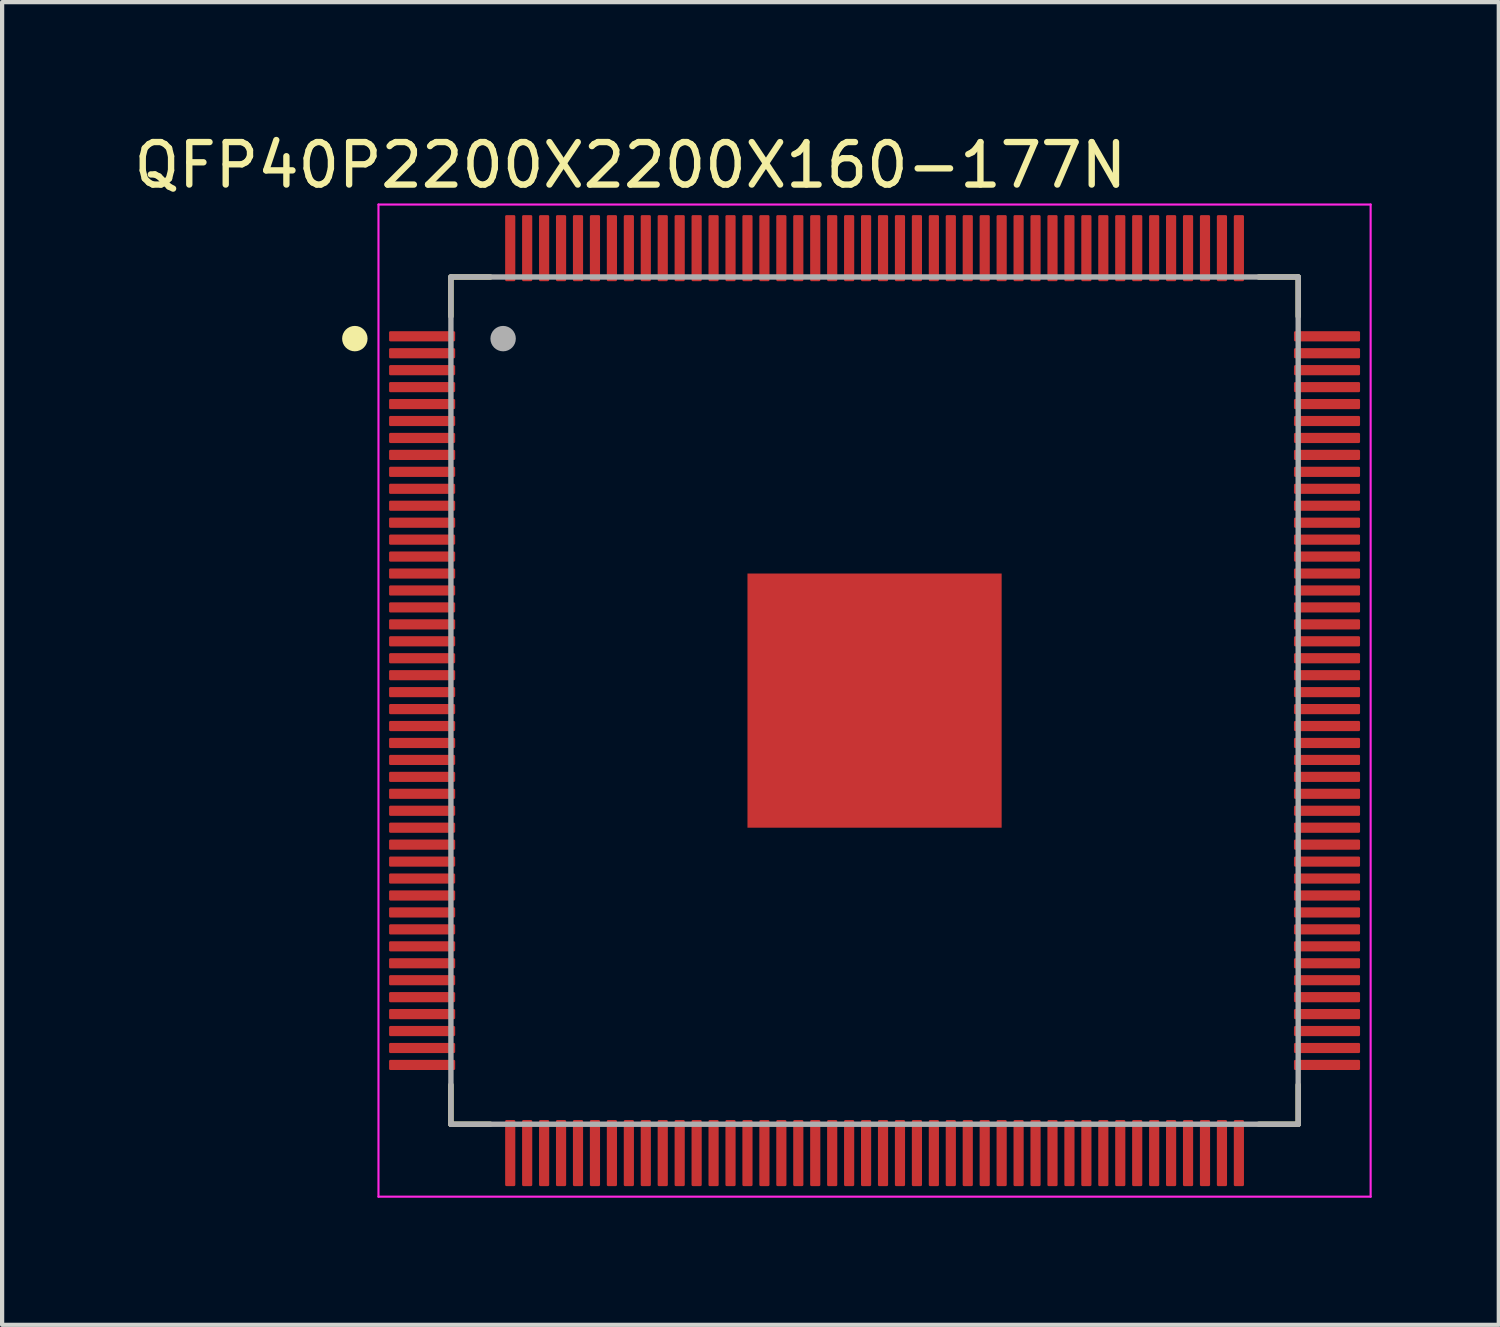
<source format=kicad_pcb>
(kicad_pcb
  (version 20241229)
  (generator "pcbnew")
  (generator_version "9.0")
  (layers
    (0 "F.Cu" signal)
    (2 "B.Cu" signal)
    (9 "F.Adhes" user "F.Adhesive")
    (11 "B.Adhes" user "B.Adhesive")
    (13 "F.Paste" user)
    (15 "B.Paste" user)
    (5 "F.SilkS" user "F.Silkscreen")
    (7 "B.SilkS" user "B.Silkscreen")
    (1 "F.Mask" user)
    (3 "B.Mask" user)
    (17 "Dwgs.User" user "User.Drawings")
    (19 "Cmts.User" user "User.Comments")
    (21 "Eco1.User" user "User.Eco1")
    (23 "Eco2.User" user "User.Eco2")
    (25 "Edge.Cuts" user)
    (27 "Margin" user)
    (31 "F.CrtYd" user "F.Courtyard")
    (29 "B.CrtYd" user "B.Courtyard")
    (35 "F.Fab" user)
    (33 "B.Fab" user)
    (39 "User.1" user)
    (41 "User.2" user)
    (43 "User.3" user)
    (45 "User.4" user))
  (footprint "QFP40P2200X2200X160-177N"
    (layer "F.Cu")
    (at 17.594 13.488)
    (property "Reference" "QFP40P2200X2200X160-177N" (at -5.764 -12.638 0) (layer "F.SilkS") (effects (font (size 1.003 1.003) (thickness 0.15))))
    (attr smd)
    (fp_line (start -10 -10) (end -10 -9.07) (stroke (width 0.127) (type solid)) (layer "F.SilkS"))
    (fp_line (start -10 -10) (end -9.07 -10) (stroke (width 0.127) (type solid)) (layer "F.SilkS"))
    (fp_line (start -10 10) (end -10 9.07) (stroke (width 0.127) (type solid)) (layer "F.SilkS"))
    (fp_line (start -10 10) (end -9.07 10) (stroke (width 0.127) (type solid)) (layer "F.SilkS"))
    (fp_line (start 10 -10) (end 9.07 -10) (stroke (width 0.127) (type solid)) (layer "F.SilkS"))
    (fp_line (start 10 -10) (end 10 -9.07) (stroke (width 0.127) (type solid)) (layer "F.SilkS"))
    (fp_line (start 10 10) (end 9.07 10) (stroke (width 0.127) (type solid)) (layer "F.SilkS"))
    (fp_line (start 10 10) (end 10 9.07) (stroke (width 0.127) (type solid)) (layer "F.SilkS"))
    (fp_circle (center -12.268 -8.545) (end -12.118 -8.545) (stroke (width 0.3) (type solid)) (fill no) (layer "F.SilkS"))
    (fp_poly (pts (xy -2.618 0.39) (xy -0.39 0.39) (xy -0.39 2.618) (xy -2.618 2.618)) (stroke (width 0.01) (type solid)) (fill yes) (layer "F.Paste"))
    (fp_poly (pts (xy -2.613 -2.61) (xy -0.39 -2.61) (xy -0.39 -0.39) (xy -2.613 -0.39)) (stroke (width 0.01) (type solid)) (fill yes) (layer "F.Paste"))
    (fp_poly (pts (xy 0.391 -2.61) (xy 2.61 -2.61) (xy 2.61 -0.391) (xy 0.391 -0.391)) (stroke (width 0.01) (type solid)) (fill yes) (layer "F.Paste"))
    (fp_poly (pts (xy 0.392 0.39) (xy 2.61 0.39) (xy 2.61 2.623) (xy 0.392 2.623)) (stroke (width 0.01) (type solid)) (fill yes) (layer "F.Paste"))
    (fp_line (start -11.71 -11.71) (end 11.71 -11.71) (stroke (width 0.05) (type solid)) (layer "F.CrtYd"))
    (fp_line (start -11.71 11.71) (end -11.71 -11.71) (stroke (width 0.05) (type solid)) (layer "F.CrtYd"))
    (fp_line (start -11.71 11.71) (end 11.71 11.71) (stroke (width 0.05) (type solid)) (layer "F.CrtYd"))
    (fp_line (start 11.71 11.71) (end 11.71 -11.71) (stroke (width 0.05) (type solid)) (layer "F.CrtYd"))
    (fp_line (start -10 10) (end -10 -10) (stroke (width 0.127) (type solid)) (layer "F.Fab"))
    (fp_line (start 10 -10) (end -10 -10) (stroke (width 0.127) (type solid)) (layer "F.Fab"))
    (fp_line (start 10 10) (end -10 10) (stroke (width 0.127) (type solid)) (layer "F.Fab"))
    (fp_line (start 10 10) (end 10 -10) (stroke (width 0.127) (type solid)) (layer "F.Fab"))
    (fp_circle (center -8.768 -8.545) (end -8.618 -8.545) (stroke (width 0.3) (type solid)) (fill no) (layer "F.Fab"))
    (pad "1" smd roundrect (at -10.68 -8.6) (size 1.56 0.24) (layers "F.Cu" "F.Mask" "F.Paste") (roundrect_rratio 0.125))
    (pad "2" smd roundrect (at -10.68 -8.2) (size 1.56 0.24) (layers "F.Cu" "F.Mask" "F.Paste") (roundrect_rratio 0.125))
    (pad "3" smd roundrect (at -10.68 -7.8) (size 1.56 0.24) (layers "F.Cu" "F.Mask" "F.Paste") (roundrect_rratio 0.125))
    (pad "4" smd roundrect (at -10.68 -7.4) (size 1.56 0.24) (layers "F.Cu" "F.Mask" "F.Paste") (roundrect_rratio 0.125))
    (pad "5" smd roundrect (at -10.68 -7) (size 1.56 0.24) (layers "F.Cu" "F.Mask" "F.Paste") (roundrect_rratio 0.125))
    (pad "6" smd roundrect (at -10.68 -6.6) (size 1.56 0.24) (layers "F.Cu" "F.Mask" "F.Paste") (roundrect_rratio 0.125))
    (pad "7" smd roundrect (at -10.68 -6.2) (size 1.56 0.24) (layers "F.Cu" "F.Mask" "F.Paste") (roundrect_rratio 0.125))
    (pad "8" smd roundrect (at -10.68 -5.8) (size 1.56 0.24) (layers "F.Cu" "F.Mask" "F.Paste") (roundrect_rratio 0.125))
    (pad "9" smd roundrect (at -10.68 -5.4) (size 1.56 0.24) (layers "F.Cu" "F.Mask" "F.Paste") (roundrect_rratio 0.125))
    (pad "10" smd roundrect (at -10.68 -5) (size 1.56 0.24) (layers "F.Cu" "F.Mask" "F.Paste") (roundrect_rratio 0.125))
    (pad "11" smd roundrect (at -10.68 -4.6) (size 1.56 0.24) (layers "F.Cu" "F.Mask" "F.Paste") (roundrect_rratio 0.125))
    (pad "12" smd roundrect (at -10.68 -4.2) (size 1.56 0.24) (layers "F.Cu" "F.Mask" "F.Paste") (roundrect_rratio 0.125))
    (pad "13" smd roundrect (at -10.68 -3.8) (size 1.56 0.24) (layers "F.Cu" "F.Mask" "F.Paste") (roundrect_rratio 0.125))
    (pad "14" smd roundrect (at -10.68 -3.4) (size 1.56 0.24) (layers "F.Cu" "F.Mask" "F.Paste") (roundrect_rratio 0.125))
    (pad "15" smd roundrect (at -10.68 -3) (size 1.56 0.24) (layers "F.Cu" "F.Mask" "F.Paste") (roundrect_rratio 0.125))
    (pad "16" smd roundrect (at -10.68 -2.6) (size 1.56 0.24) (layers "F.Cu" "F.Mask" "F.Paste") (roundrect_rratio 0.125))
    (pad "17" smd roundrect (at -10.68 -2.2) (size 1.56 0.24) (layers "F.Cu" "F.Mask" "F.Paste") (roundrect_rratio 0.125))
    (pad "18" smd roundrect (at -10.68 -1.8) (size 1.56 0.24) (layers "F.Cu" "F.Mask" "F.Paste") (roundrect_rratio 0.125))
    (pad "19" smd roundrect (at -10.68 -1.4) (size 1.56 0.24) (layers "F.Cu" "F.Mask" "F.Paste") (roundrect_rratio 0.125))
    (pad "20" smd roundrect (at -10.68 -1) (size 1.56 0.24) (layers "F.Cu" "F.Mask" "F.Paste") (roundrect_rratio 0.125))
    (pad "21" smd roundrect (at -10.68 -0.6) (size 1.56 0.24) (layers "F.Cu" "F.Mask" "F.Paste") (roundrect_rratio 0.125))
    (pad "22" smd roundrect (at -10.68 -0.2) (size 1.56 0.24) (layers "F.Cu" "F.Mask" "F.Paste") (roundrect_rratio 0.125))
    (pad "23" smd roundrect (at -10.68 0.2) (size 1.56 0.24) (layers "F.Cu" "F.Mask" "F.Paste") (roundrect_rratio 0.125))
    (pad "24" smd roundrect (at -10.68 0.6) (size 1.56 0.24) (layers "F.Cu" "F.Mask" "F.Paste") (roundrect_rratio 0.125))
    (pad "25" smd roundrect (at -10.68 1) (size 1.56 0.24) (layers "F.Cu" "F.Mask" "F.Paste") (roundrect_rratio 0.125))
    (pad "26" smd roundrect (at -10.68 1.4) (size 1.56 0.24) (layers "F.Cu" "F.Mask" "F.Paste") (roundrect_rratio 0.125))
    (pad "27" smd roundrect (at -10.68 1.8) (size 1.56 0.24) (layers "F.Cu" "F.Mask" "F.Paste") (roundrect_rratio 0.125))
    (pad "28" smd roundrect (at -10.68 2.2) (size 1.56 0.24) (layers "F.Cu" "F.Mask" "F.Paste") (roundrect_rratio 0.125))
    (pad "29" smd roundrect (at -10.68 2.6) (size 1.56 0.24) (layers "F.Cu" "F.Mask" "F.Paste") (roundrect_rratio 0.125))
    (pad "30" smd roundrect (at -10.68 3) (size 1.56 0.24) (layers "F.Cu" "F.Mask" "F.Paste") (roundrect_rratio 0.125))
    (pad "31" smd roundrect (at -10.68 3.4) (size 1.56 0.24) (layers "F.Cu" "F.Mask" "F.Paste") (roundrect_rratio 0.125))
    (pad "32" smd roundrect (at -10.68 3.8) (size 1.56 0.24) (layers "F.Cu" "F.Mask" "F.Paste") (roundrect_rratio 0.125))
    (pad "33" smd roundrect (at -10.68 4.2) (size 1.56 0.24) (layers "F.Cu" "F.Mask" "F.Paste") (roundrect_rratio 0.125))
    (pad "34" smd roundrect (at -10.68 4.6) (size 1.56 0.24) (layers "F.Cu" "F.Mask" "F.Paste") (roundrect_rratio 0.125))
    (pad "35" smd roundrect (at -10.68 5) (size 1.56 0.24) (layers "F.Cu" "F.Mask" "F.Paste") (roundrect_rratio 0.125))
    (pad "36" smd roundrect (at -10.68 5.4) (size 1.56 0.24) (layers "F.Cu" "F.Mask" "F.Paste") (roundrect_rratio 0.125))
    (pad "37" smd roundrect (at -10.68 5.8) (size 1.56 0.24) (layers "F.Cu" "F.Mask" "F.Paste") (roundrect_rratio 0.125))
    (pad "38" smd roundrect (at -10.68 6.2) (size 1.56 0.24) (layers "F.Cu" "F.Mask" "F.Paste") (roundrect_rratio 0.125))
    (pad "39" smd roundrect (at -10.68 6.6) (size 1.56 0.24) (layers "F.Cu" "F.Mask" "F.Paste") (roundrect_rratio 0.125))
    (pad "40" smd roundrect (at -10.68 7) (size 1.56 0.24) (layers "F.Cu" "F.Mask" "F.Paste") (roundrect_rratio 0.125))
    (pad "41" smd roundrect (at -10.68 7.4) (size 1.56 0.24) (layers "F.Cu" "F.Mask" "F.Paste") (roundrect_rratio 0.125))
    (pad "42" smd roundrect (at -10.68 7.8) (size 1.56 0.24) (layers "F.Cu" "F.Mask" "F.Paste") (roundrect_rratio 0.125))
    (pad "43" smd roundrect (at -10.68 8.2) (size 1.56 0.24) (layers "F.Cu" "F.Mask" "F.Paste") (roundrect_rratio 0.125))
    (pad "44" smd roundrect (at -10.68 8.6) (size 1.56 0.24) (layers "F.Cu" "F.Mask" "F.Paste") (roundrect_rratio 0.125))
    (pad "45" smd roundrect (at -8.6 10.68 90) (size 1.56 0.24) (layers "F.Cu" "F.Mask" "F.Paste") (roundrect_rratio 0.125))
    (pad "46" smd roundrect (at -8.2 10.68 90) (size 1.56 0.24) (layers "F.Cu" "F.Mask" "F.Paste") (roundrect_rratio 0.125))
    (pad "47" smd roundrect (at -7.8 10.68 90) (size 1.56 0.24) (layers "F.Cu" "F.Mask" "F.Paste") (roundrect_rratio 0.125))
    (pad "48" smd roundrect (at -7.4 10.68 90) (size 1.56 0.24) (layers "F.Cu" "F.Mask" "F.Paste") (roundrect_rratio 0.125))
    (pad "49" smd roundrect (at -7 10.68 90) (size 1.56 0.24) (layers "F.Cu" "F.Mask" "F.Paste") (roundrect_rratio 0.125))
    (pad "50" smd roundrect (at -6.6 10.68 90) (size 1.56 0.24) (layers "F.Cu" "F.Mask" "F.Paste") (roundrect_rratio 0.125))
    (pad "51" smd roundrect (at -6.2 10.68 90) (size 1.56 0.24) (layers "F.Cu" "F.Mask" "F.Paste") (roundrect_rratio 0.125))
    (pad "52" smd roundrect (at -5.8 10.68 90) (size 1.56 0.24) (layers "F.Cu" "F.Mask" "F.Paste") (roundrect_rratio 0.125))
    (pad "53" smd roundrect (at -5.4 10.68 90) (size 1.56 0.24) (layers "F.Cu" "F.Mask" "F.Paste") (roundrect_rratio 0.125))
    (pad "54" smd roundrect (at -5 10.68 90) (size 1.56 0.24) (layers "F.Cu" "F.Mask" "F.Paste") (roundrect_rratio 0.125))
    (pad "55" smd roundrect (at -4.6 10.68 90) (size 1.56 0.24) (layers "F.Cu" "F.Mask" "F.Paste") (roundrect_rratio 0.125))
    (pad "56" smd roundrect (at -4.2 10.68 90) (size 1.56 0.24) (layers "F.Cu" "F.Mask" "F.Paste") (roundrect_rratio 0.125))
    (pad "57" smd roundrect (at -3.8 10.68 90) (size 1.56 0.24) (layers "F.Cu" "F.Mask" "F.Paste") (roundrect_rratio 0.125))
    (pad "58" smd roundrect (at -3.4 10.68 90) (size 1.56 0.24) (layers "F.Cu" "F.Mask" "F.Paste") (roundrect_rratio 0.125))
    (pad "59" smd roundrect (at -3 10.68 90) (size 1.56 0.24) (layers "F.Cu" "F.Mask" "F.Paste") (roundrect_rratio 0.125))
    (pad "60" smd roundrect (at -2.6 10.68 90) (size 1.56 0.24) (layers "F.Cu" "F.Mask" "F.Paste") (roundrect_rratio 0.125))
    (pad "61" smd roundrect (at -2.2 10.68 90) (size 1.56 0.24) (layers "F.Cu" "F.Mask" "F.Paste") (roundrect_rratio 0.125))
    (pad "62" smd roundrect (at -1.8 10.68 90) (size 1.56 0.24) (layers "F.Cu" "F.Mask" "F.Paste") (roundrect_rratio 0.125))
    (pad "63" smd roundrect (at -1.4 10.68 90) (size 1.56 0.24) (layers "F.Cu" "F.Mask" "F.Paste") (roundrect_rratio 0.125))
    (pad "64" smd roundrect (at -1 10.68 90) (size 1.56 0.24) (layers "F.Cu" "F.Mask" "F.Paste") (roundrect_rratio 0.125))
    (pad "65" smd roundrect (at -0.6 10.68 90) (size 1.56 0.24) (layers "F.Cu" "F.Mask" "F.Paste") (roundrect_rratio 0.125))
    (pad "66" smd roundrect (at -0.2 10.68 90) (size 1.56 0.24) (layers "F.Cu" "F.Mask" "F.Paste") (roundrect_rratio 0.125))
    (pad "67" smd roundrect (at 0.2 10.68 90) (size 1.56 0.24) (layers "F.Cu" "F.Mask" "F.Paste") (roundrect_rratio 0.125))
    (pad "68" smd roundrect (at 0.6 10.68 90) (size 1.56 0.24) (layers "F.Cu" "F.Mask" "F.Paste") (roundrect_rratio 0.125))
    (pad "69" smd roundrect (at 1 10.68 90) (size 1.56 0.24) (layers "F.Cu" "F.Mask" "F.Paste") (roundrect_rratio 0.125))
    (pad "70" smd roundrect (at 1.4 10.68 90) (size 1.56 0.24) (layers "F.Cu" "F.Mask" "F.Paste") (roundrect_rratio 0.125))
    (pad "71" smd roundrect (at 1.8 10.68 90) (size 1.56 0.24) (layers "F.Cu" "F.Mask" "F.Paste") (roundrect_rratio 0.125))
    (pad "72" smd roundrect (at 2.2 10.68 90) (size 1.56 0.24) (layers "F.Cu" "F.Mask" "F.Paste") (roundrect_rratio 0.125))
    (pad "73" smd roundrect (at 2.6 10.68 90) (size 1.56 0.24) (layers "F.Cu" "F.Mask" "F.Paste") (roundrect_rratio 0.125))
    (pad "74" smd roundrect (at 3 10.68 90) (size 1.56 0.24) (layers "F.Cu" "F.Mask" "F.Paste") (roundrect_rratio 0.125))
    (pad "75" smd roundrect (at 3.4 10.68 90) (size 1.56 0.24) (layers "F.Cu" "F.Mask" "F.Paste") (roundrect_rratio 0.125))
    (pad "76" smd roundrect (at 3.8 10.68 90) (size 1.56 0.24) (layers "F.Cu" "F.Mask" "F.Paste") (roundrect_rratio 0.125))
    (pad "77" smd roundrect (at 4.2 10.68 90) (size 1.56 0.24) (layers "F.Cu" "F.Mask" "F.Paste") (roundrect_rratio 0.125))
    (pad "78" smd roundrect (at 4.6 10.68 90) (size 1.56 0.24) (layers "F.Cu" "F.Mask" "F.Paste") (roundrect_rratio 0.125))
    (pad "79" smd roundrect (at 5 10.68 90) (size 1.56 0.24) (layers "F.Cu" "F.Mask" "F.Paste") (roundrect_rratio 0.125))
    (pad "80" smd roundrect (at 5.4 10.68 90) (size 1.56 0.24) (layers "F.Cu" "F.Mask" "F.Paste") (roundrect_rratio 0.125))
    (pad "81" smd roundrect (at 5.8 10.68 90) (size 1.56 0.24) (layers "F.Cu" "F.Mask" "F.Paste") (roundrect_rratio 0.125))
    (pad "82" smd roundrect (at 6.2 10.68 90) (size 1.56 0.24) (layers "F.Cu" "F.Mask" "F.Paste") (roundrect_rratio 0.125))
    (pad "83" smd roundrect (at 6.6 10.68 90) (size 1.56 0.24) (layers "F.Cu" "F.Mask" "F.Paste") (roundrect_rratio 0.125))
    (pad "84" smd roundrect (at 7 10.68 90) (size 1.56 0.24) (layers "F.Cu" "F.Mask" "F.Paste") (roundrect_rratio 0.125))
    (pad "85" smd roundrect (at 7.4 10.68 90) (size 1.56 0.24) (layers "F.Cu" "F.Mask" "F.Paste") (roundrect_rratio 0.125))
    (pad "86" smd roundrect (at 7.8 10.68 90) (size 1.56 0.24) (layers "F.Cu" "F.Mask" "F.Paste") (roundrect_rratio 0.125))
    (pad "87" smd roundrect (at 8.2 10.68 90) (size 1.56 0.24) (layers "F.Cu" "F.Mask" "F.Paste") (roundrect_rratio 0.125))
    (pad "88" smd roundrect (at 8.6 10.68 90) (size 1.56 0.24) (layers "F.Cu" "F.Mask" "F.Paste") (roundrect_rratio 0.125))
    (pad "89" smd roundrect (at 10.68 8.6) (size 1.56 0.24) (layers "F.Cu" "F.Mask" "F.Paste") (roundrect_rratio 0.125))
    (pad "90" smd roundrect (at 10.68 8.2) (size 1.56 0.24) (layers "F.Cu" "F.Mask" "F.Paste") (roundrect_rratio 0.125))
    (pad "91" smd roundrect (at 10.68 7.8) (size 1.56 0.24) (layers "F.Cu" "F.Mask" "F.Paste") (roundrect_rratio 0.125))
    (pad "92" smd roundrect (at 10.68 7.4) (size 1.56 0.24) (layers "F.Cu" "F.Mask" "F.Paste") (roundrect_rratio 0.125))
    (pad "93" smd roundrect (at 10.68 7) (size 1.56 0.24) (layers "F.Cu" "F.Mask" "F.Paste") (roundrect_rratio 0.125))
    (pad "94" smd roundrect (at 10.68 6.6) (size 1.56 0.24) (layers "F.Cu" "F.Mask" "F.Paste") (roundrect_rratio 0.125))
    (pad "95" smd roundrect (at 10.68 6.2) (size 1.56 0.24) (layers "F.Cu" "F.Mask" "F.Paste") (roundrect_rratio 0.125))
    (pad "96" smd roundrect (at 10.68 5.8) (size 1.56 0.24) (layers "F.Cu" "F.Mask" "F.Paste") (roundrect_rratio 0.125))
    (pad "97" smd roundrect (at 10.68 5.4) (size 1.56 0.24) (layers "F.Cu" "F.Mask" "F.Paste") (roundrect_rratio 0.125))
    (pad "98" smd roundrect (at 10.68 5) (size 1.56 0.24) (layers "F.Cu" "F.Mask" "F.Paste") (roundrect_rratio 0.125))
    (pad "99" smd roundrect (at 10.68 4.6) (size 1.56 0.24) (layers "F.Cu" "F.Mask" "F.Paste") (roundrect_rratio 0.125))
    (pad "100" smd roundrect (at 10.68 4.2) (size 1.56 0.24) (layers "F.Cu" "F.Mask" "F.Paste") (roundrect_rratio 0.125))
    (pad "101" smd roundrect (at 10.68 3.8) (size 1.56 0.24) (layers "F.Cu" "F.Mask" "F.Paste") (roundrect_rratio 0.125))
    (pad "102" smd roundrect (at 10.68 3.4) (size 1.56 0.24) (layers "F.Cu" "F.Mask" "F.Paste") (roundrect_rratio 0.125))
    (pad "103" smd roundrect (at 10.68 3) (size 1.56 0.24) (layers "F.Cu" "F.Mask" "F.Paste") (roundrect_rratio 0.125))
    (pad "104" smd roundrect (at 10.68 2.6) (size 1.56 0.24) (layers "F.Cu" "F.Mask" "F.Paste") (roundrect_rratio 0.125))
    (pad "105" smd roundrect (at 10.68 2.2) (size 1.56 0.24) (layers "F.Cu" "F.Mask" "F.Paste") (roundrect_rratio 0.125))
    (pad "106" smd roundrect (at 10.68 1.8) (size 1.56 0.24) (layers "F.Cu" "F.Mask" "F.Paste") (roundrect_rratio 0.125))
    (pad "107" smd roundrect (at 10.68 1.4) (size 1.56 0.24) (layers "F.Cu" "F.Mask" "F.Paste") (roundrect_rratio 0.125))
    (pad "108" smd roundrect (at 10.68 1) (size 1.56 0.24) (layers "F.Cu" "F.Mask" "F.Paste") (roundrect_rratio 0.125))
    (pad "109" smd roundrect (at 10.68 0.6) (size 1.56 0.24) (layers "F.Cu" "F.Mask" "F.Paste") (roundrect_rratio 0.125))
    (pad "110" smd roundrect (at 10.68 0.2) (size 1.56 0.24) (layers "F.Cu" "F.Mask" "F.Paste") (roundrect_rratio 0.125))
    (pad "111" smd roundrect (at 10.68 -0.2) (size 1.56 0.24) (layers "F.Cu" "F.Mask" "F.Paste") (roundrect_rratio 0.125))
    (pad "112" smd roundrect (at 10.68 -0.6) (size 1.56 0.24) (layers "F.Cu" "F.Mask" "F.Paste") (roundrect_rratio 0.125))
    (pad "113" smd roundrect (at 10.68 -1) (size 1.56 0.24) (layers "F.Cu" "F.Mask" "F.Paste") (roundrect_rratio 0.125))
    (pad "114" smd roundrect (at 10.68 -1.4) (size 1.56 0.24) (layers "F.Cu" "F.Mask" "F.Paste") (roundrect_rratio 0.125))
    (pad "115" smd roundrect (at 10.68 -1.8) (size 1.56 0.24) (layers "F.Cu" "F.Mask" "F.Paste") (roundrect_rratio 0.125))
    (pad "116" smd roundrect (at 10.68 -2.2) (size 1.56 0.24) (layers "F.Cu" "F.Mask" "F.Paste") (roundrect_rratio 0.125))
    (pad "117" smd roundrect (at 10.68 -2.6) (size 1.56 0.24) (layers "F.Cu" "F.Mask" "F.Paste") (roundrect_rratio 0.125))
    (pad "118" smd roundrect (at 10.68 -3) (size 1.56 0.24) (layers "F.Cu" "F.Mask" "F.Paste") (roundrect_rratio 0.125))
    (pad "119" smd roundrect (at 10.68 -3.4) (size 1.56 0.24) (layers "F.Cu" "F.Mask" "F.Paste") (roundrect_rratio 0.125))
    (pad "120" smd roundrect (at 10.68 -3.8) (size 1.56 0.24) (layers "F.Cu" "F.Mask" "F.Paste") (roundrect_rratio 0.125))
    (pad "121" smd roundrect (at 10.68 -4.2) (size 1.56 0.24) (layers "F.Cu" "F.Mask" "F.Paste") (roundrect_rratio 0.125))
    (pad "122" smd roundrect (at 10.68 -4.6) (size 1.56 0.24) (layers "F.Cu" "F.Mask" "F.Paste") (roundrect_rratio 0.125))
    (pad "123" smd roundrect (at 10.68 -5) (size 1.56 0.24) (layers "F.Cu" "F.Mask" "F.Paste") (roundrect_rratio 0.125))
    (pad "124" smd roundrect (at 10.68 -5.4) (size 1.56 0.24) (layers "F.Cu" "F.Mask" "F.Paste") (roundrect_rratio 0.125))
    (pad "125" smd roundrect (at 10.68 -5.8) (size 1.56 0.24) (layers "F.Cu" "F.Mask" "F.Paste") (roundrect_rratio 0.125))
    (pad "126" smd roundrect (at 10.68 -6.2) (size 1.56 0.24) (layers "F.Cu" "F.Mask" "F.Paste") (roundrect_rratio 0.125))
    (pad "127" smd roundrect (at 10.68 -6.6) (size 1.56 0.24) (layers "F.Cu" "F.Mask" "F.Paste") (roundrect_rratio 0.125))
    (pad "128" smd roundrect (at 10.68 -7) (size 1.56 0.24) (layers "F.Cu" "F.Mask" "F.Paste") (roundrect_rratio 0.125))
    (pad "129" smd roundrect (at 10.68 -7.4) (size 1.56 0.24) (layers "F.Cu" "F.Mask" "F.Paste") (roundrect_rratio 0.125))
    (pad "130" smd roundrect (at 10.68 -7.8) (size 1.56 0.24) (layers "F.Cu" "F.Mask" "F.Paste") (roundrect_rratio 0.125))
    (pad "131" smd roundrect (at 10.68 -8.2) (size 1.56 0.24) (layers "F.Cu" "F.Mask" "F.Paste") (roundrect_rratio 0.125))
    (pad "132" smd roundrect (at 10.68 -8.6) (size 1.56 0.24) (layers "F.Cu" "F.Mask" "F.Paste") (roundrect_rratio 0.125))
    (pad "133" smd roundrect (at 8.6 -10.68 90) (size 1.56 0.24) (layers "F.Cu" "F.Mask" "F.Paste") (roundrect_rratio 0.125))
    (pad "134" smd roundrect (at 8.2 -10.68 90) (size 1.56 0.24) (layers "F.Cu" "F.Mask" "F.Paste") (roundrect_rratio 0.125))
    (pad "135" smd roundrect (at 7.8 -10.68 90) (size 1.56 0.24) (layers "F.Cu" "F.Mask" "F.Paste") (roundrect_rratio 0.125))
    (pad "136" smd roundrect (at 7.4 -10.68 90) (size 1.56 0.24) (layers "F.Cu" "F.Mask" "F.Paste") (roundrect_rratio 0.125))
    (pad "137" smd roundrect (at 7 -10.68 90) (size 1.56 0.24) (layers "F.Cu" "F.Mask" "F.Paste") (roundrect_rratio 0.125))
    (pad "138" smd roundrect (at 6.6 -10.68 90) (size 1.56 0.24) (layers "F.Cu" "F.Mask" "F.Paste") (roundrect_rratio 0.125))
    (pad "139" smd roundrect (at 6.2 -10.68 90) (size 1.56 0.24) (layers "F.Cu" "F.Mask" "F.Paste") (roundrect_rratio 0.125))
    (pad "140" smd roundrect (at 5.8 -10.68 90) (size 1.56 0.24) (layers "F.Cu" "F.Mask" "F.Paste") (roundrect_rratio 0.125))
    (pad "141" smd roundrect (at 5.4 -10.68 90) (size 1.56 0.24) (layers "F.Cu" "F.Mask" "F.Paste") (roundrect_rratio 0.125))
    (pad "142" smd roundrect (at 5 -10.68 90) (size 1.56 0.24) (layers "F.Cu" "F.Mask" "F.Paste") (roundrect_rratio 0.125))
    (pad "143" smd roundrect (at 4.6 -10.68 90) (size 1.56 0.24) (layers "F.Cu" "F.Mask" "F.Paste") (roundrect_rratio 0.125))
    (pad "144" smd roundrect (at 4.2 -10.68 90) (size 1.56 0.24) (layers "F.Cu" "F.Mask" "F.Paste") (roundrect_rratio 0.125))
    (pad "145" smd roundrect (at 3.8 -10.68 90) (size 1.56 0.24) (layers "F.Cu" "F.Mask" "F.Paste") (roundrect_rratio 0.125))
    (pad "146" smd roundrect (at 3.4 -10.68 90) (size 1.56 0.24) (layers "F.Cu" "F.Mask" "F.Paste") (roundrect_rratio 0.125))
    (pad "147" smd roundrect (at 3 -10.68 90) (size 1.56 0.24) (layers "F.Cu" "F.Mask" "F.Paste") (roundrect_rratio 0.125))
    (pad "148" smd roundrect (at 2.6 -10.68 90) (size 1.56 0.24) (layers "F.Cu" "F.Mask" "F.Paste") (roundrect_rratio 0.125))
    (pad "149" smd roundrect (at 2.2 -10.68 90) (size 1.56 0.24) (layers "F.Cu" "F.Mask" "F.Paste") (roundrect_rratio 0.125))
    (pad "150" smd roundrect (at 1.8 -10.68 90) (size 1.56 0.24) (layers "F.Cu" "F.Mask" "F.Paste") (roundrect_rratio 0.125))
    (pad "151" smd roundrect (at 1.4 -10.68 90) (size 1.56 0.24) (layers "F.Cu" "F.Mask" "F.Paste") (roundrect_rratio 0.125))
    (pad "152" smd roundrect (at 1 -10.68 90) (size 1.56 0.24) (layers "F.Cu" "F.Mask" "F.Paste") (roundrect_rratio 0.125))
    (pad "153" smd roundrect (at 0.6 -10.68 90) (size 1.56 0.24) (layers "F.Cu" "F.Mask" "F.Paste") (roundrect_rratio 0.125))
    (pad "154" smd roundrect (at 0.2 -10.68 90) (size 1.56 0.24) (layers "F.Cu" "F.Mask" "F.Paste") (roundrect_rratio 0.125))
    (pad "155" smd roundrect (at -0.2 -10.68 90) (size 1.56 0.24) (layers "F.Cu" "F.Mask" "F.Paste") (roundrect_rratio 0.125))
    (pad "156" smd roundrect (at -0.6 -10.68 90) (size 1.56 0.24) (layers "F.Cu" "F.Mask" "F.Paste") (roundrect_rratio 0.125))
    (pad "157" smd roundrect (at -1 -10.68 90) (size 1.56 0.24) (layers "F.Cu" "F.Mask" "F.Paste") (roundrect_rratio 0.125))
    (pad "158" smd roundrect (at -1.4 -10.68 90) (size 1.56 0.24) (layers "F.Cu" "F.Mask" "F.Paste") (roundrect_rratio 0.125))
    (pad "159" smd roundrect (at -1.8 -10.68 90) (size 1.56 0.24) (layers "F.Cu" "F.Mask" "F.Paste") (roundrect_rratio 0.125))
    (pad "160" smd roundrect (at -2.2 -10.68 90) (size 1.56 0.24) (layers "F.Cu" "F.Mask" "F.Paste") (roundrect_rratio 0.125))
    (pad "161" smd roundrect (at -2.6 -10.68 90) (size 1.56 0.24) (layers "F.Cu" "F.Mask" "F.Paste") (roundrect_rratio 0.125))
    (pad "162" smd roundrect (at -3 -10.68 90) (size 1.56 0.24) (layers "F.Cu" "F.Mask" "F.Paste") (roundrect_rratio 0.125))
    (pad "163" smd roundrect (at -3.4 -10.68 90) (size 1.56 0.24) (layers "F.Cu" "F.Mask" "F.Paste") (roundrect_rratio 0.125))
    (pad "164" smd roundrect (at -3.8 -10.68 90) (size 1.56 0.24) (layers "F.Cu" "F.Mask" "F.Paste") (roundrect_rratio 0.125))
    (pad "165" smd roundrect (at -4.2 -10.68 90) (size 1.56 0.24) (layers "F.Cu" "F.Mask" "F.Paste") (roundrect_rratio 0.125))
    (pad "166" smd roundrect (at -4.6 -10.68 90) (size 1.56 0.24) (layers "F.Cu" "F.Mask" "F.Paste") (roundrect_rratio 0.125))
    (pad "167" smd roundrect (at -5 -10.68 90) (size 1.56 0.24) (layers "F.Cu" "F.Mask" "F.Paste") (roundrect_rratio 0.125))
    (pad "168" smd roundrect (at -5.4 -10.68 90) (size 1.56 0.24) (layers "F.Cu" "F.Mask" "F.Paste") (roundrect_rratio 0.125))
    (pad "169" smd roundrect (at -5.8 -10.68 90) (size 1.56 0.24) (layers "F.Cu" "F.Mask" "F.Paste") (roundrect_rratio 0.125))
    (pad "170" smd roundrect (at -6.2 -10.68 90) (size 1.56 0.24) (layers "F.Cu" "F.Mask" "F.Paste") (roundrect_rratio 0.125))
    (pad "171" smd roundrect (at -6.6 -10.68 90) (size 1.56 0.24) (layers "F.Cu" "F.Mask" "F.Paste") (roundrect_rratio 0.125))
    (pad "172" smd roundrect (at -7 -10.68 90) (size 1.56 0.24) (layers "F.Cu" "F.Mask" "F.Paste") (roundrect_rratio 0.125))
    (pad "173" smd roundrect (at -7.4 -10.68 90) (size 1.56 0.24) (layers "F.Cu" "F.Mask" "F.Paste") (roundrect_rratio 0.125))
    (pad "174" smd roundrect (at -7.8 -10.68 90) (size 1.56 0.24) (layers "F.Cu" "F.Mask" "F.Paste") (roundrect_rratio 0.125))
    (pad "175" smd roundrect (at -8.2 -10.68 90) (size 1.56 0.24) (layers "F.Cu" "F.Mask" "F.Paste") (roundrect_rratio 0.125))
    (pad "176" smd roundrect (at -8.6 -10.68 90) (size 1.56 0.24) (layers "F.Cu" "F.Mask" "F.Paste") (roundrect_rratio 0.125))
    (pad "177" smd rect (at 0 0) (size 6 6) (layers "F.Cu" "F.Mask")))
  (gr_rect
    (start -3 -3)
    (end 32.329 28.223)
    (stroke (width 0.1) (type default))
    (fill no)
    (layer "Edge.Cuts")))
</source>
